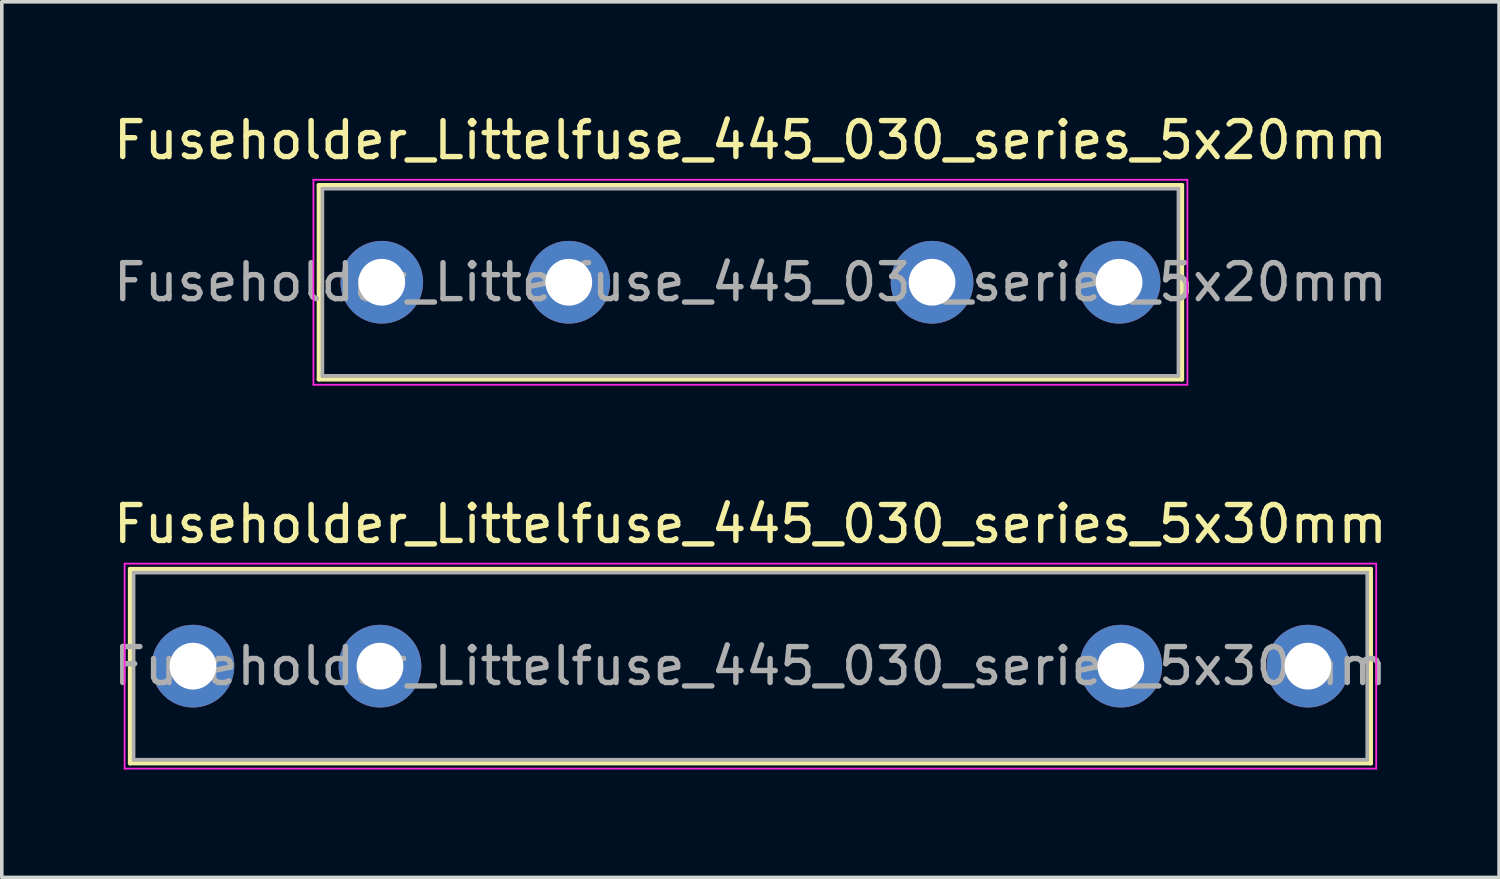
<source format=kicad_pcb>
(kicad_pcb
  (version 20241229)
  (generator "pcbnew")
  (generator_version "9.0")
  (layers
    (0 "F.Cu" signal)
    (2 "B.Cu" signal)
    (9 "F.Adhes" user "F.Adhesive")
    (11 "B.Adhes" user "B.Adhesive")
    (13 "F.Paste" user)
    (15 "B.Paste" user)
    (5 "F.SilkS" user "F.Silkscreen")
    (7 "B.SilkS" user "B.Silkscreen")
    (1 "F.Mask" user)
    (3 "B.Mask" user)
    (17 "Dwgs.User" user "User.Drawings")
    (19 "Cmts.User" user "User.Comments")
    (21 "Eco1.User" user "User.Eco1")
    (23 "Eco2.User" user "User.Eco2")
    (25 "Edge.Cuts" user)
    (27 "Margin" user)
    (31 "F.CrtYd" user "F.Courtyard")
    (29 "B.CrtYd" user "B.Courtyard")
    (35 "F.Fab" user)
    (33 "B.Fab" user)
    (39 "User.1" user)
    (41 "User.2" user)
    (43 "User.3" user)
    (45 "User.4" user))
  (footprint "Fuseholder_Littelfuse_445_030_series_5x30mm"
    (layer "F.Cu")
    (at 2.315 15.472)
    (property "Reference" "Fuseholder_Littelfuse_445_030_series_5x30mm" (at 15.5 -3.95 0) (unlocked yes) (layer "F.SilkS") (effects (font (size 1 1) (thickness 0.15))))
    (attr through_hole)
    (fp_line (start -1.75 -2.7) (end 32.75 -2.7) (stroke (width 0.12) (type solid)) (layer "F.SilkS"))
    (fp_line (start -1.75 2.7) (end -1.75 -2.7) (stroke (width 0.12) (type solid)) (layer "F.SilkS"))
    (fp_line (start 32.75 -2.7) (end 32.75 2.7) (stroke (width 0.12) (type solid)) (layer "F.SilkS"))
    (fp_line (start 32.75 2.7) (end -1.75 2.7) (stroke (width 0.12) (type solid)) (layer "F.SilkS"))
    (fp_line (start -1.9 -2.85) (end 32.9 -2.85) (stroke (width 0.05) (type solid)) (layer "F.CrtYd"))
    (fp_line (start -1.9 2.85) (end -1.9 -2.85) (stroke (width 0.05) (type solid)) (layer "F.CrtYd"))
    (fp_line (start 32.9 -2.85) (end 32.9 2.85) (stroke (width 0.05) (type solid)) (layer "F.CrtYd"))
    (fp_line (start 32.9 2.85) (end -1.9 2.85) (stroke (width 0.05) (type solid)) (layer "F.CrtYd"))
    (fp_line (start -1.65 -2.6) (end 32.65 -2.6) (stroke (width 0.1) (type solid)) (layer "F.Fab"))
    (fp_line (start -1.65 2.6) (end -1.65 -2.6) (stroke (width 0.1) (type solid)) (layer "F.Fab"))
    (fp_line (start 32.65 -2.6) (end 32.65 2.6) (stroke (width 0.1) (type solid)) (layer "F.Fab"))
    (fp_line (start 32.65 2.6) (end -1.65 2.6) (stroke (width 0.1) (type solid)) (layer "F.Fab"))
    (fp_text user "${REFERENCE}" (at 15.5 0 0) (unlocked yes) (layer "F.Fab") (effects (font (size 1 1) (thickness 0.15))))
    (pad "1" thru_hole circle (at 0 0) (size 2.3 2.3) (drill 1.3) (layers "*.Cu" "*.Mask"))
    (pad "1" thru_hole circle (at 5.2 0) (size 2.3 2.3) (drill 1.3) (layers "*.Cu" "*.Mask"))
    (pad "2" thru_hole circle (at 25.8 0) (size 2.3 2.3) (drill 1.3) (layers "*.Cu" "*.Mask"))
    (pad "2" thru_hole circle (at 31 0) (size 2.3 2.3) (drill 1.3) (layers "*.Cu" "*.Mask")))
  (footprint "Fuseholder_Littelfuse_445_030_series_5x20mm"
    (layer "F.Cu")
    (at 7.565 4.798)
    (property "Reference" "Fuseholder_Littelfuse_445_030_series_5x20mm" (at 10.25 -3.95 0) (unlocked yes) (layer "F.SilkS") (effects (font (size 1 1) (thickness 0.15))))
    (attr through_hole)
    (fp_line (start -1.75 -2.7) (end 22.25 -2.7) (stroke (width 0.12) (type solid)) (layer "F.SilkS"))
    (fp_line (start -1.75 2.7) (end -1.75 -2.7) (stroke (width 0.12) (type solid)) (layer "F.SilkS"))
    (fp_line (start 22.25 -2.7) (end 22.25 2.7) (stroke (width 0.12) (type solid)) (layer "F.SilkS"))
    (fp_line (start 22.25 2.7) (end -1.75 2.7) (stroke (width 0.12) (type solid)) (layer "F.SilkS"))
    (fp_line (start -1.9 -2.85) (end 22.4 -2.85) (stroke (width 0.05) (type solid)) (layer "F.CrtYd"))
    (fp_line (start -1.9 2.85) (end -1.9 -2.85) (stroke (width 0.05) (type solid)) (layer "F.CrtYd"))
    (fp_line (start 22.4 -2.85) (end 22.4 2.85) (stroke (width 0.05) (type solid)) (layer "F.CrtYd"))
    (fp_line (start 22.4 2.85) (end -1.9 2.85) (stroke (width 0.05) (type solid)) (layer "F.CrtYd"))
    (fp_line (start -1.65 -2.6) (end 22.15 -2.6) (stroke (width 0.1) (type solid)) (layer "F.Fab"))
    (fp_line (start -1.65 2.6) (end -1.65 -2.6) (stroke (width 0.1) (type solid)) (layer "F.Fab"))
    (fp_line (start 22.15 -2.6) (end 22.15 2.6) (stroke (width 0.1) (type solid)) (layer "F.Fab"))
    (fp_line (start 22.15 2.6) (end -1.65 2.6) (stroke (width 0.1) (type solid)) (layer "F.Fab"))
    (fp_text user "${REFERENCE}" (at 10.25 0 0) (unlocked yes) (layer "F.Fab") (effects (font (size 1 1) (thickness 0.15))))
    (pad "1" thru_hole circle (at 0 0) (size 2.3 2.3) (drill 1.3) (layers "*.Cu" "*.Mask"))
    (pad "1" thru_hole circle (at 5.2 0) (size 2.3 2.3) (drill 1.3) (layers "*.Cu" "*.Mask"))
    (pad "2" thru_hole circle (at 15.3 0) (size 2.3 2.3) (drill 1.3) (layers "*.Cu" "*.Mask"))
    (pad "2" thru_hole circle (at 20.5 0) (size 2.3 2.3) (drill 1.3) (layers "*.Cu" "*.Mask")))
  (gr_rect
    (start -3 -3)
    (end 38.631 21.346)
    (stroke (width 0.1) (type default))
    (fill no)
    (layer "Edge.Cuts")))
</source>
